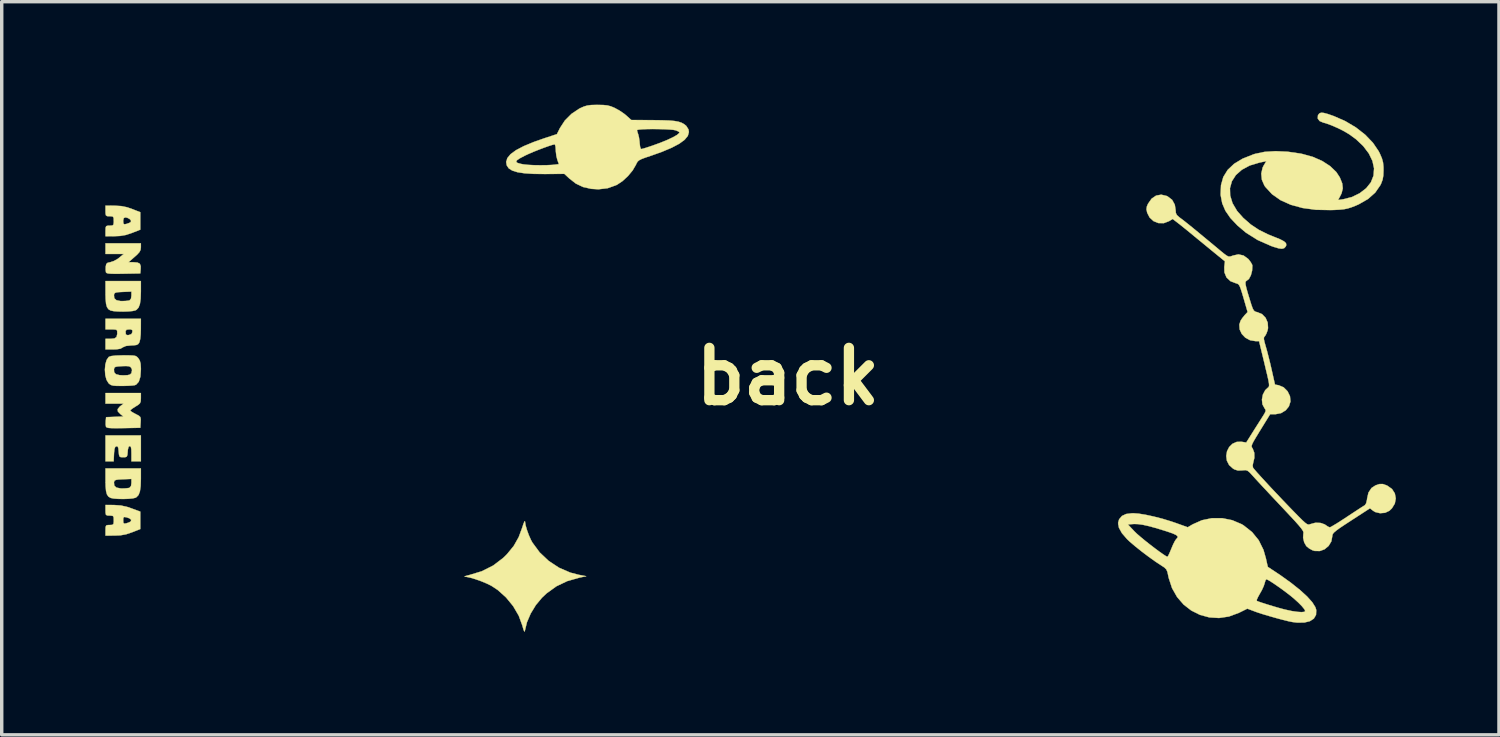
<source format=kicad_pcb>
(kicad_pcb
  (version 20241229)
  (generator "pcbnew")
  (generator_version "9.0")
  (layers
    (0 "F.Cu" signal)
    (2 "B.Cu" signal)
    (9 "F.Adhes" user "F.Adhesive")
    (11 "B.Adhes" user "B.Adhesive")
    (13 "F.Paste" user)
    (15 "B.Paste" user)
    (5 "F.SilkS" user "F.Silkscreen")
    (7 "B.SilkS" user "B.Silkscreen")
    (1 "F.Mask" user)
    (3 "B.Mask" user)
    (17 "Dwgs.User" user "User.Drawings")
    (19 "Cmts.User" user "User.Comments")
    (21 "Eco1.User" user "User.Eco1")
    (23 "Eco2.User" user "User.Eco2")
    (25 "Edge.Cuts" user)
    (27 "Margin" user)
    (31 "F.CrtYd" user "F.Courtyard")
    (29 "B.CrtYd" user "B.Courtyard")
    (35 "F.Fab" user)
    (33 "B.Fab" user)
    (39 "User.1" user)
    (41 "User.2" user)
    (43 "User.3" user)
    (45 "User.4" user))
  (footprint "back"
    (layer "F.Cu")
    (at 19.897 7.916)
    (property "Reference" "back" (at 0 0 0) (layer "F.SilkS") (effects (font (size 1.524 1.524) (thickness 0.3))))
    (attr through_hole)
    (fp_poly (pts (xy -18.844 2.471) (xy -19.119 2.471) (xy -19.119 2.248) (xy -19.122 2.122) (xy -19.135 2.052) (xy -19.16 2.026) (xy -19.168 2.025) (xy -19.203 2.051) (xy -19.224 2.135) (xy -19.228 2.188) (xy -19.237 2.286) (xy -19.257 2.334) (xy -19.301 2.35) (xy -19.359 2.351) (xy -19.431 2.348) (xy -19.468 2.326) (xy -19.483 2.268) (xy -19.49 2.186) (xy -19.501 2.085) (xy -19.521 2.038) (xy -19.557 2.032) (xy -19.558 2.032) (xy -19.592 2.053) (xy -19.613 2.111) (xy -19.625 2.219) (xy -19.627 2.257) (xy -19.637 2.471) (xy -19.874 2.471) (xy -19.874 1.716) (xy -18.844 1.716) (xy -18.844 2.471)) (stroke (width 0.01) (type solid)) (fill yes) (layer "F.SilkS"))
    (fp_poly (pts (xy -18.844 -3.761) (xy -18.853 -3.689) (xy -18.886 -3.624) (xy -18.955 -3.548) (xy -19.024 -3.487) (xy -19.203 -3.329) (xy -19.067 -3.329) (xy -18.943 -3.319) (xy -18.875 -3.285) (xy -18.849 -3.215) (xy -18.85 -3.137) (xy -18.861 -3.003) (xy -19.351 -2.994) (xy -19.55 -2.991) (xy -19.69 -2.993) (xy -19.782 -2.999) (xy -19.834 -3.011) (xy -19.858 -3.029) (xy -19.86 -3.033) (xy -19.87 -3.101) (xy -19.868 -3.194) (xy -19.868 -3.197) (xy -19.852 -3.276) (xy -19.811 -3.313) (xy -19.735 -3.329) (xy -19.633 -3.363) (xy -19.52 -3.426) (xy -19.478 -3.458) (xy -19.343 -3.57) (xy -19.874 -3.57) (xy -19.874 -3.879) (xy -18.844 -3.879) (xy -18.844 -3.761)) (stroke (width 0.01) (type solid)) (fill yes) (layer "F.SilkS"))
    (fp_poly (pts (xy -18.844 0.632) (xy -18.849 0.723) (xy -18.872 0.782) (xy -18.931 0.832) (xy -18.999 0.873) (xy -19.086 0.929) (xy -19.142 0.974) (xy -19.153 0.99) (xy -19.125 1.019) (xy -19.053 1.063) (xy -18.997 1.092) (xy -18.905 1.14) (xy -18.86 1.181) (xy -18.847 1.242) (xy -18.851 1.331) (xy -18.861 1.493) (xy -19.351 1.503) (xy -19.55 1.505) (xy -19.69 1.504) (xy -19.782 1.498) (xy -19.834 1.485) (xy -19.858 1.467) (xy -19.86 1.463) (xy -19.87 1.396) (xy -19.868 1.302) (xy -19.868 1.299) (xy -19.857 1.184) (xy -19.605 1.174) (xy -19.354 1.164) (xy -19.442 1.094) (xy -19.514 1.019) (xy -19.52 0.951) (xy -19.461 0.878) (xy -19.44 0.861) (xy -19.35 0.789) (xy -19.874 0.789) (xy -19.874 0.481) (xy -18.844 0.481) (xy -18.844 0.632)) (stroke (width 0.01) (type solid)) (fill yes) (layer "F.SilkS"))
    (fp_poly (pts (xy -18.844 -2.476) (xy -18.851 -2.265) (xy -18.872 -2.112) (xy -18.912 -2.008) (xy -18.972 -1.943) (xy -19.002 -1.927) (xy -19.082 -1.908) (xy -19.208 -1.896) (xy -19.357 -1.891) (xy -19.508 -1.894) (xy -19.638 -1.904) (xy -19.724 -1.922) (xy -19.726 -1.922) (xy -19.789 -1.96) (xy -19.831 -2.022) (xy -19.858 -2.118) (xy -19.871 -2.262) (xy -19.873 -2.375) (xy -19.628 -2.375) (xy -19.619 -2.281) (xy -19.557 -2.223) (xy -19.439 -2.198) (xy -19.392 -2.197) (xy -19.282 -2.201) (xy -19.196 -2.212) (xy -19.173 -2.218) (xy -19.131 -2.269) (xy -19.119 -2.356) (xy -19.119 -2.474) (xy -19.367 -2.464) (xy -19.497 -2.457) (xy -19.572 -2.446) (xy -19.61 -2.425) (xy -19.625 -2.389) (xy -19.628 -2.375) (xy -19.873 -2.375) (xy -19.874 -2.435) (xy -19.874 -2.78) (xy -18.844 -2.78) (xy -18.844 -2.476)) (stroke (width 0.01) (type solid)) (fill yes) (layer "F.SilkS"))
    (fp_poly (pts (xy -18.844 2.981) (xy -18.851 3.192) (xy -18.872 3.345) (xy -18.912 3.45) (xy -18.972 3.514) (xy -19.002 3.531) (xy -19.082 3.55) (xy -19.208 3.562) (xy -19.357 3.567) (xy -19.508 3.564) (xy -19.638 3.554) (xy -19.724 3.536) (xy -19.726 3.535) (xy -19.789 3.497) (xy -19.831 3.436) (xy -19.858 3.339) (xy -19.871 3.196) (xy -19.873 3.082) (xy -19.628 3.082) (xy -19.619 3.177) (xy -19.557 3.235) (xy -19.439 3.259) (xy -19.392 3.261) (xy -19.282 3.257) (xy -19.196 3.246) (xy -19.173 3.24) (xy -19.131 3.188) (xy -19.119 3.101) (xy -19.119 2.983) (xy -19.367 2.993) (xy -19.497 3) (xy -19.572 3.012) (xy -19.61 3.033) (xy -19.625 3.068) (xy -19.628 3.082) (xy -19.873 3.082) (xy -19.874 3.023) (xy -19.874 2.677) (xy -18.844 2.677) (xy -18.844 2.981)) (stroke (width 0.01) (type solid)) (fill yes) (layer "F.SilkS"))
    (fp_poly (pts (xy -19.625 3.743) (xy -19.425 3.757) (xy -19.232 3.801) (xy -19.119 3.84) (xy -18.861 3.935) (xy -18.861 4.443) (xy -19.101 4.537) (xy -19.276 4.596) (xy -19.44 4.625) (xy -19.608 4.632) (xy -19.874 4.634) (xy -19.874 4.479) (xy -19.871 4.384) (xy -19.854 4.339) (xy -19.807 4.326) (xy -19.754 4.325) (xy -19.677 4.321) (xy -19.643 4.295) (xy -19.634 4.228) (xy -19.634 4.188) (xy -19.359 4.188) (xy -19.354 4.262) (xy -19.326 4.285) (xy -19.265 4.275) (xy -19.183 4.247) (xy -19.138 4.219) (xy -19.125 4.174) (xy -19.176 4.131) (xy -19.265 4.1) (xy -19.329 4.091) (xy -19.355 4.117) (xy -19.359 4.188) (xy -19.634 4.188) (xy -19.637 4.1) (xy -19.66 4.061) (xy -19.718 4.051) (xy -19.754 4.05) (xy -19.827 4.047) (xy -19.862 4.025) (xy -19.873 3.965) (xy -19.874 3.896) (xy -19.874 3.741) (xy -19.625 3.743)) (stroke (width 0.01) (type solid)) (fill yes) (layer "F.SilkS"))
    (fp_poly (pts (xy -18.845 -1.382) (xy -18.85 -1.223) (xy -18.864 -1.09) (xy -18.885 -1.003) (xy -18.889 -0.995) (xy -18.922 -0.945) (xy -18.972 -0.919) (xy -19.059 -0.908) (xy -19.126 -0.906) (xy -19.279 -0.89) (xy -19.37 -0.851) (xy -19.376 -0.846) (xy -19.439 -0.81) (xy -19.546 -0.793) (xy -19.653 -0.789) (xy -19.874 -0.789) (xy -19.874 -1.098) (xy -19.723 -1.098) (xy -19.612 -1.109) (xy -19.553 -1.152) (xy -19.532 -1.24) (xy -19.531 -1.285) (xy -19.29 -1.285) (xy -19.28 -1.222) (xy -19.236 -1.205) (xy -19.196 -1.208) (xy -19.118 -1.236) (xy -19.091 -1.296) (xy -19.093 -1.35) (xy -19.135 -1.371) (xy -19.185 -1.373) (xy -19.259 -1.364) (xy -19.287 -1.327) (xy -19.29 -1.285) (xy -19.531 -1.285) (xy -19.531 -1.29) (xy -19.537 -1.339) (xy -19.566 -1.364) (xy -19.637 -1.372) (xy -19.702 -1.373) (xy -19.874 -1.373) (xy -19.874 -1.682) (xy -18.844 -1.682) (xy -18.845 -1.382)) (stroke (width 0.01) (type solid)) (fill yes) (layer "F.SilkS"))
    (fp_poly (pts (xy -19.608 -4.975) (xy -19.416 -4.964) (xy -19.248 -4.93) (xy -19.101 -4.879) (xy -18.861 -4.785) (xy -18.861 -4.277) (xy -19.101 -4.183) (xy -19.28 -4.123) (xy -19.449 -4.094) (xy -19.608 -4.087) (xy -19.874 -4.085) (xy -19.874 -4.239) (xy -19.871 -4.334) (xy -19.854 -4.379) (xy -19.807 -4.393) (xy -19.754 -4.394) (xy -19.677 -4.398) (xy -19.643 -4.423) (xy -19.634 -4.49) (xy -19.634 -4.527) (xy -19.359 -4.527) (xy -19.353 -4.454) (xy -19.324 -4.433) (xy -19.265 -4.444) (xy -19.183 -4.473) (xy -19.136 -4.501) (xy -19.132 -4.542) (xy -19.173 -4.589) (xy -19.241 -4.624) (xy -19.297 -4.634) (xy -19.342 -4.615) (xy -19.359 -4.548) (xy -19.359 -4.527) (xy -19.634 -4.527) (xy -19.634 -4.531) (xy -19.637 -4.619) (xy -19.66 -4.658) (xy -19.718 -4.668) (xy -19.754 -4.668) (xy -19.827 -4.671) (xy -19.862 -4.694) (xy -19.873 -4.754) (xy -19.874 -4.823) (xy -19.874 -4.977) (xy -19.608 -4.975)) (stroke (width 0.01) (type solid)) (fill yes) (layer "F.SilkS"))
    (fp_poly (pts (xy -7.656 4.225) (xy -7.64 4.329) (xy -7.6 4.469) (xy -7.544 4.622) (xy -7.481 4.763) (xy -7.442 4.835) (xy -7.228 5.124) (xy -6.965 5.372) (xy -6.664 5.57) (xy -6.335 5.712) (xy -6.096 5.774) (xy -5.872 5.816) (xy -6.068 5.857) (xy -6.427 5.959) (xy -6.743 6.11) (xy -7.027 6.315) (xy -7.161 6.441) (xy -7.34 6.656) (xy -7.49 6.902) (xy -7.6 7.158) (xy -7.66 7.404) (xy -7.661 7.412) (xy -7.673 7.43) (xy -7.696 7.383) (xy -7.729 7.271) (xy -7.733 7.254) (xy -7.838 6.967) (xy -8.001 6.688) (xy -8.209 6.434) (xy -8.45 6.218) (xy -8.636 6.095) (xy -8.771 6.029) (xy -8.932 5.962) (xy -9.099 5.903) (xy -9.252 5.858) (xy -9.369 5.834) (xy -9.394 5.832) (xy -9.42 5.825) (xy -9.382 5.809) (xy -9.285 5.784) (xy -9.285 5.784) (xy -8.914 5.672) (xy -8.586 5.507) (xy -8.295 5.287) (xy -8.18 5.174) (xy -7.984 4.934) (xy -7.839 4.677) (xy -7.735 4.395) (xy -7.7 4.287) (xy -7.672 4.223) (xy -7.658 4.213) (xy -7.656 4.225)) (stroke (width 0.01) (type solid)) (fill yes) (layer "F.SilkS"))
    (fp_poly (pts (xy -19.19 -0.616) (xy -19.081 -0.612) (xy -19.011 -0.602) (xy -18.967 -0.581) (xy -18.932 -0.548) (xy -18.915 -0.527) (xy -18.874 -0.459) (xy -18.852 -0.371) (xy -18.844 -0.241) (xy -18.844 -0.2) (xy -18.859 0.006) (xy -18.905 0.151) (xy -18.982 0.236) (xy -19.023 0.253) (xy -19.092 0.262) (xy -19.209 0.27) (xy -19.352 0.274) (xy -19.403 0.274) (xy -19.553 0.273) (xy -19.651 0.265) (xy -19.715 0.247) (xy -19.762 0.216) (xy -19.785 0.195) (xy -19.845 0.096) (xy -19.881 -0.041) (xy -19.892 -0.197) (xy -19.891 -0.213) (xy -19.628 -0.213) (xy -19.622 -0.124) (xy -19.571 -0.067) (xy -19.466 -0.04) (xy -19.356 -0.034) (xy -19.236 -0.039) (xy -19.167 -0.055) (xy -19.127 -0.089) (xy -19.119 -0.103) (xy -19.101 -0.19) (xy -19.119 -0.242) (xy -19.148 -0.279) (xy -19.194 -0.299) (xy -19.275 -0.305) (xy -19.387 -0.302) (xy -19.51 -0.294) (xy -19.58 -0.282) (xy -19.614 -0.258) (xy -19.627 -0.216) (xy -19.628 -0.213) (xy -19.891 -0.213) (xy -19.879 -0.35) (xy -19.842 -0.481) (xy -19.782 -0.568) (xy -19.778 -0.571) (xy -19.707 -0.596) (xy -19.57 -0.611) (xy -19.366 -0.617) (xy -19.353 -0.617) (xy -19.19 -0.616)) (stroke (width 0.01) (type solid)) (fill yes) (layer "F.SilkS"))
    (fp_poly (pts (xy 15.609 -7.677) (xy 15.728 -7.645) (xy 15.897 -7.586) (xy 15.898 -7.586) (xy 16.235 -7.438) (xy 16.544 -7.254) (xy 16.816 -7.041) (xy 17.04 -6.807) (xy 17.208 -6.56) (xy 17.241 -6.495) (xy 17.302 -6.353) (xy 17.334 -6.234) (xy 17.347 -6.102) (xy 17.348 -6.007) (xy 17.342 -5.85) (xy 17.321 -5.731) (xy 17.279 -5.62) (xy 17.257 -5.574) (xy 17.106 -5.356) (xy 16.896 -5.17) (xy 16.63 -5.017) (xy 16.539 -4.977) (xy 16.413 -4.928) (xy 16.307 -4.895) (xy 16.201 -4.873) (xy 16.076 -4.86) (xy 15.912 -4.851) (xy 15.806 -4.848) (xy 15.38 -4.856) (xy 14.993 -4.908) (xy 14.648 -5.002) (xy 14.349 -5.136) (xy 14.101 -5.311) (xy 13.906 -5.523) (xy 13.879 -5.562) (xy 13.806 -5.729) (xy 13.788 -5.91) (xy 13.827 -6.084) (xy 13.862 -6.152) (xy 13.936 -6.273) (xy 13.736 -6.231) (xy 13.452 -6.146) (xy 13.222 -6.022) (xy 13.048 -5.868) (xy 12.932 -5.687) (xy 12.876 -5.486) (xy 12.882 -5.271) (xy 12.951 -5.047) (xy 13.084 -4.821) (xy 13.261 -4.621) (xy 13.481 -4.429) (xy 13.717 -4.272) (xy 13.99 -4.137) (xy 14.17 -4.064) (xy 14.34 -3.995) (xy 14.451 -3.936) (xy 14.508 -3.882) (xy 14.517 -3.827) (xy 14.498 -3.784) (xy 14.454 -3.738) (xy 14.39 -3.721) (xy 14.293 -3.733) (xy 14.152 -3.775) (xy 14.073 -3.803) (xy 13.683 -3.975) (xy 13.341 -4.19) (xy 13.096 -4.397) (xy 12.889 -4.616) (xy 12.743 -4.828) (xy 12.651 -5.043) (xy 12.607 -5.272) (xy 12.604 -5.305) (xy 12.615 -5.574) (xy 12.682 -5.811) (xy 12.809 -6.017) (xy 12.997 -6.195) (xy 13.245 -6.345) (xy 13.557 -6.469) (xy 13.608 -6.485) (xy 13.884 -6.543) (xy 14.205 -6.563) (xy 14.558 -6.547) (xy 14.93 -6.493) (xy 14.983 -6.482) (xy 15.29 -6.397) (xy 15.563 -6.277) (xy 15.793 -6.128) (xy 15.973 -5.955) (xy 16.076 -5.797) (xy 16.145 -5.626) (xy 16.162 -5.481) (xy 16.128 -5.34) (xy 16.096 -5.273) (xy 16.025 -5.14) (xy 16.183 -5.164) (xy 16.43 -5.228) (xy 16.655 -5.338) (xy 16.844 -5.484) (xy 16.981 -5.656) (xy 17.058 -5.852) (xy 17.073 -6.062) (xy 17.026 -6.279) (xy 16.921 -6.496) (xy 16.759 -6.71) (xy 16.545 -6.913) (xy 16.358 -7.05) (xy 16.204 -7.142) (xy 16.022 -7.234) (xy 15.836 -7.315) (xy 15.671 -7.375) (xy 15.592 -7.396) (xy 15.487 -7.441) (xy 15.433 -7.514) (xy 15.438 -7.603) (xy 15.446 -7.62) (xy 15.48 -7.663) (xy 15.531 -7.683) (xy 15.609 -7.677)) (stroke (width 0.01) (type solid)) (fill yes) (layer "F.SilkS"))
    (fp_poly (pts (xy -5.379 -7.908) (xy -5.258 -7.896) (xy -5.156 -7.869) (xy -5.047 -7.824) (xy -5.042 -7.821) (xy -4.906 -7.747) (xy -4.77 -7.654) (xy -4.705 -7.601) (xy -4.561 -7.471) (xy -3.92 -7.467) (xy -3.658 -7.463) (xy -3.455 -7.456) (xy -3.3 -7.442) (xy -3.182 -7.42) (xy -3.091 -7.389) (xy -3.018 -7.347) (xy -2.96 -7.3) (xy -2.895 -7.197) (xy -2.883 -7.12) (xy -2.914 -7.008) (xy -3.007 -6.895) (xy -3.164 -6.78) (xy -3.386 -6.663) (xy -3.673 -6.542) (xy -3.977 -6.434) (xy -4.142 -6.379) (xy -4.255 -6.337) (xy -4.327 -6.301) (xy -4.372 -6.264) (xy -4.402 -6.218) (xy -4.427 -6.164) (xy -4.521 -6.003) (xy -4.658 -5.838) (xy -4.817 -5.691) (xy -4.978 -5.584) (xy -4.99 -5.578) (xy -5.247 -5.485) (xy -5.517 -5.453) (xy -5.727 -5.466) (xy -5.967 -5.52) (xy -6.176 -5.62) (xy -6.365 -5.768) (xy -6.511 -5.903) (xy -7.074 -5.898) (xy -7.402 -5.902) (xy -7.668 -5.919) (xy -7.874 -5.95) (xy -8.027 -5.998) (xy -8.13 -6.063) (xy -8.187 -6.148) (xy -8.204 -6.244) (xy -8.201 -6.254) (xy -7.914 -6.254) (xy -7.875 -6.221) (xy -7.775 -6.193) (xy -7.696 -6.178) (xy -7.574 -6.165) (xy -7.407 -6.156) (xy -7.217 -6.153) (xy -7.029 -6.155) (xy -6.866 -6.163) (xy -6.793 -6.17) (xy -6.669 -6.185) (xy -6.714 -6.31) (xy -6.743 -6.426) (xy -6.759 -6.561) (xy -6.76 -6.599) (xy -6.767 -6.694) (xy -6.783 -6.753) (xy -6.793 -6.762) (xy -6.852 -6.749) (xy -6.959 -6.715) (xy -7.097 -6.666) (xy -7.253 -6.607) (xy -7.409 -6.545) (xy -7.55 -6.484) (xy -7.66 -6.433) (xy -7.808 -6.355) (xy -7.892 -6.297) (xy -7.914 -6.254) (xy -8.201 -6.254) (xy -8.172 -6.359) (xy -8.078 -6.474) (xy -7.919 -6.591) (xy -7.694 -6.709) (xy -7.403 -6.83) (xy -7.113 -6.932) (xy -6.727 -7.059) (xy -6.668 -7.176) (xy -4.394 -7.176) (xy -4.382 -7.122) (xy -4.36 -7.056) (xy -4.338 -6.969) (xy -4.321 -6.85) (xy -4.317 -6.796) (xy -4.305 -6.698) (xy -4.285 -6.636) (xy -4.271 -6.625) (xy -4.224 -6.635) (xy -4.129 -6.663) (xy -4.004 -6.704) (xy -3.945 -6.724) (xy -3.711 -6.809) (xy -3.508 -6.892) (xy -3.345 -6.969) (xy -3.228 -7.036) (xy -3.166 -7.09) (xy -3.158 -7.11) (xy -3.187 -7.136) (xy -3.257 -7.167) (xy -3.266 -7.17) (xy -3.336 -7.184) (xy -3.452 -7.194) (xy -3.599 -7.202) (xy -3.765 -7.206) (xy -3.936 -7.208) (xy -4.097 -7.206) (xy -4.236 -7.201) (xy -4.338 -7.192) (xy -4.39 -7.181) (xy -4.394 -7.176) (xy -6.668 -7.176) (xy -6.638 -7.237) (xy -6.495 -7.456) (xy -6.302 -7.65) (xy -6.078 -7.8) (xy -6.049 -7.815) (xy -5.941 -7.863) (xy -5.843 -7.892) (xy -5.732 -7.907) (xy -5.582 -7.911) (xy -5.543 -7.911) (xy -5.379 -7.908)) (stroke (width 0.01) (type solid)) (fill yes) (layer "F.SilkS"))
    (fp_poly (pts (xy 10.217 3.994) (xy 10.425 4.028) (xy 10.663 4.08) (xy 10.917 4.145) (xy 11.168 4.222) (xy 11.306 4.269) (xy 11.646 4.391) (xy 11.79 4.306) (xy 12.06 4.186) (xy 12.351 4.126) (xy 12.649 4.126) (xy 12.942 4.185) (xy 13.218 4.302) (xy 13.276 4.338) (xy 13.52 4.531) (xy 13.713 4.768) (xy 13.852 5.049) (xy 13.923 5.298) (xy 13.949 5.417) (xy 13.969 5.505) (xy 13.98 5.545) (xy 13.981 5.546) (xy 14.343 5.786) (xy 14.655 6.01) (xy 14.916 6.218) (xy 15.122 6.406) (xy 15.272 6.573) (xy 15.362 6.716) (xy 15.389 6.799) (xy 15.383 6.941) (xy 15.319 7.051) (xy 15.203 7.126) (xy 15.038 7.166) (xy 14.829 7.167) (xy 14.691 7.15) (xy 14.575 7.126) (xy 14.413 7.086) (xy 14.224 7.035) (xy 14.027 6.979) (xy 13.841 6.924) (xy 13.686 6.874) (xy 13.616 6.849) (xy 13.382 6.761) (xy 13.133 6.884) (xy 12.846 6.99) (xy 12.557 7.033) (xy 12.273 7.015) (xy 12.001 6.941) (xy 11.749 6.815) (xy 11.525 6.641) (xy 11.432 6.533) (xy 13.654 6.533) (xy 13.654 6.533) (xy 13.712 6.557) (xy 13.82 6.594) (xy 13.962 6.639) (xy 14.122 6.688) (xy 14.283 6.735) (xy 14.429 6.775) (xy 14.502 6.793) (xy 14.679 6.831) (xy 14.836 6.854) (xy 14.961 6.862) (xy 15.042 6.854) (xy 15.068 6.832) (xy 15.043 6.777) (xy 14.972 6.69) (xy 14.867 6.583) (xy 14.738 6.466) (xy 14.635 6.381) (xy 14.506 6.282) (xy 14.367 6.179) (xy 14.229 6.082) (xy 14.104 5.998) (xy 14.006 5.937) (xy 13.946 5.906) (xy 13.937 5.904) (xy 13.912 5.934) (xy 13.89 6.006) (xy 13.888 6.015) (xy 13.859 6.104) (xy 13.805 6.222) (xy 13.748 6.323) (xy 13.692 6.424) (xy 13.658 6.499) (xy 13.654 6.533) (xy 11.432 6.533) (xy 11.336 6.422) (xy 11.189 6.163) (xy 11.092 5.866) (xy 11.08 5.81) (xy 11.055 5.693) (xy 11.022 5.618) (xy 10.966 5.562) (xy 10.884 5.508) (xy 10.709 5.393) (xy 10.513 5.253) (xy 10.312 5.102) (xy 10.124 4.952) (xy 9.965 4.817) (xy 9.88 4.737) (xy 9.729 4.562) (xy 9.642 4.404) (xy 9.625 4.308) (xy 9.903 4.308) (xy 10.091 4.508) (xy 10.165 4.58) (xy 10.274 4.674) (xy 10.406 4.783) (xy 10.55 4.897) (xy 10.695 5.008) (xy 10.829 5.107) (xy 10.942 5.186) (xy 11.022 5.237) (xy 11.056 5.251) (xy 11.077 5.222) (xy 11.115 5.144) (xy 11.161 5.034) (xy 11.169 5.014) (xy 11.221 4.892) (xy 11.271 4.793) (xy 11.309 4.737) (xy 11.312 4.735) (xy 11.35 4.692) (xy 11.35 4.653) (xy 11.304 4.614) (xy 11.208 4.57) (xy 11.053 4.516) (xy 10.958 4.486) (xy 10.7 4.408) (xy 10.496 4.353) (xy 10.333 4.317) (xy 10.201 4.299) (xy 10.088 4.295) (xy 10.052 4.297) (xy 9.903 4.308) (xy 9.625 4.308) (xy 9.618 4.263) (xy 9.648 4.158) (xy 9.731 4.061) (xy 9.852 4.004) (xy 10.023 3.983) (xy 10.057 3.982) (xy 10.217 3.994)) (stroke (width 0.01) (type solid)) (fill yes) (layer "F.SilkS"))
    (fp_poly (pts (xy 11.035 -5.258) (xy 11.06 -5.246) (xy 11.192 -5.145) (xy 11.27 -5.002) (xy 11.293 -4.847) (xy 11.3 -4.763) (xy 11.33 -4.702) (xy 11.399 -4.639) (xy 11.443 -4.606) (xy 11.517 -4.551) (xy 11.625 -4.465) (xy 11.771 -4.348) (xy 11.958 -4.194) (xy 12.189 -4.003) (xy 12.468 -3.772) (xy 12.58 -3.678) (xy 12.697 -3.582) (xy 12.777 -3.523) (xy 12.833 -3.495) (xy 12.881 -3.494) (xy 12.936 -3.512) (xy 12.961 -3.522) (xy 13.122 -3.557) (xy 13.272 -3.524) (xy 13.406 -3.426) (xy 13.421 -3.41) (xy 13.484 -3.326) (xy 13.523 -3.254) (xy 13.528 -3.234) (xy 13.521 -3.085) (xy 13.485 -2.948) (xy 13.429 -2.843) (xy 13.364 -2.791) (xy 13.339 -2.773) (xy 13.327 -2.739) (xy 13.331 -2.678) (xy 13.352 -2.582) (xy 13.392 -2.439) (xy 13.452 -2.242) (xy 13.456 -2.229) (xy 13.503 -2.078) (xy 13.539 -1.98) (xy 13.571 -1.923) (xy 13.606 -1.893) (xy 13.653 -1.878) (xy 13.673 -1.874) (xy 13.811 -1.816) (xy 13.914 -1.71) (xy 13.975 -1.57) (xy 13.985 -1.411) (xy 13.972 -1.346) (xy 13.937 -1.249) (xy 13.898 -1.18) (xy 13.888 -1.17) (xy 13.866 -1.14) (xy 13.864 -1.089) (xy 13.882 -1.003) (xy 13.916 -0.883) (xy 13.954 -0.749) (xy 14 -0.571) (xy 14.049 -0.375) (xy 14.089 -0.2) (xy 14.187 0.235) (xy 14.297 0.255) (xy 14.439 0.315) (xy 14.553 0.429) (xy 14.624 0.575) (xy 14.638 0.728) (xy 14.593 0.869) (xy 14.499 0.985) (xy 14.365 1.066) (xy 14.202 1.098) (xy 14.188 1.098) (xy 14.046 1.098) (xy 13.845 1.424) (xy 13.722 1.624) (xy 13.631 1.774) (xy 13.567 1.882) (xy 13.528 1.958) (xy 13.51 2.008) (xy 13.507 2.043) (xy 13.518 2.07) (xy 13.537 2.099) (xy 13.539 2.101) (xy 13.584 2.221) (xy 13.586 2.372) (xy 13.555 2.499) (xy 13.537 2.589) (xy 13.547 2.655) (xy 13.583 2.701) (xy 13.659 2.789) (xy 13.77 2.912) (xy 13.908 3.062) (xy 14.066 3.233) (xy 14.239 3.416) (xy 14.418 3.605) (xy 14.597 3.792) (xy 14.73 3.929) (xy 14.877 4.079) (xy 14.986 4.187) (xy 15.063 4.257) (xy 15.117 4.297) (xy 15.157 4.312) (xy 15.191 4.309) (xy 15.221 4.298) (xy 15.362 4.26) (xy 15.51 4.264) (xy 15.636 4.307) (xy 15.661 4.325) (xy 15.733 4.373) (xy 15.784 4.393) (xy 15.785 4.394) (xy 15.825 4.375) (xy 15.911 4.325) (xy 16.034 4.25) (xy 16.181 4.155) (xy 16.286 4.086) (xy 16.447 3.98) (xy 16.59 3.886) (xy 16.705 3.811) (xy 16.781 3.763) (xy 16.804 3.749) (xy 16.842 3.694) (xy 16.867 3.589) (xy 16.869 3.562) (xy 16.91 3.381) (xy 16.999 3.247) (xy 17.117 3.17) (xy 17.232 3.132) (xy 17.328 3.131) (xy 17.438 3.17) (xy 17.461 3.181) (xy 17.596 3.277) (xy 17.678 3.405) (xy 17.705 3.55) (xy 17.678 3.699) (xy 17.593 3.839) (xy 17.519 3.91) (xy 17.394 3.969) (xy 17.247 3.981) (xy 17.107 3.947) (xy 17.046 3.91) (xy 16.954 3.838) (xy 16.406 4.193) (xy 16.213 4.319) (xy 16.071 4.414) (xy 15.973 4.486) (xy 15.909 4.54) (xy 15.874 4.582) (xy 15.86 4.619) (xy 15.858 4.641) (xy 15.829 4.801) (xy 15.749 4.934) (xy 15.633 5.031) (xy 15.494 5.083) (xy 15.343 5.08) (xy 15.276 5.059) (xy 15.179 5.005) (xy 15.101 4.94) (xy 15.099 4.938) (xy 15.038 4.83) (xy 15.007 4.696) (xy 15.014 4.574) (xy 15.016 4.567) (xy 15.017 4.534) (xy 14.997 4.488) (xy 14.952 4.422) (xy 14.876 4.33) (xy 14.765 4.205) (xy 14.611 4.04) (xy 14.548 3.972) (xy 14.309 3.718) (xy 14.111 3.508) (xy 13.949 3.334) (xy 13.815 3.191) (xy 13.704 3.071) (xy 13.61 2.969) (xy 13.527 2.877) (xy 13.526 2.876) (xy 13.444 2.788) (xy 13.384 2.742) (xy 13.327 2.726) (xy 13.249 2.732) (xy 13.231 2.734) (xy 13.108 2.738) (xy 13.005 2.705) (xy 12.966 2.682) (xy 12.851 2.579) (xy 12.786 2.451) (xy 12.768 2.313) (xy 12.791 2.176) (xy 12.853 2.054) (xy 12.949 1.959) (xy 13.074 1.904) (xy 13.217 1.901) (xy 13.35 1.923) (xy 13.514 1.662) (xy 13.609 1.511) (xy 13.711 1.351) (xy 13.798 1.213) (xy 13.81 1.195) (xy 13.877 1.087) (xy 13.911 1.019) (xy 13.915 0.975) (xy 13.895 0.94) (xy 13.884 0.927) (xy 13.822 0.811) (xy 13.807 0.671) (xy 13.835 0.526) (xy 13.902 0.399) (xy 13.971 0.333) (xy 13.995 0.314) (xy 14.01 0.291) (xy 14.016 0.254) (xy 14.011 0.194) (xy 13.994 0.101) (xy 13.964 -0.034) (xy 13.919 -0.22) (xy 13.883 -0.373) (xy 13.724 -1.03) (xy 13.623 -1.03) (xy 13.461 -1.057) (xy 13.324 -1.131) (xy 13.22 -1.24) (xy 13.159 -1.371) (xy 13.149 -1.512) (xy 13.185 -1.624) (xy 13.236 -1.702) (xy 13.305 -1.787) (xy 13.307 -1.789) (xy 13.39 -1.878) (xy 13.272 -2.286) (xy 13.221 -2.457) (xy 13.183 -2.573) (xy 13.152 -2.645) (xy 13.122 -2.686) (xy 13.086 -2.706) (xy 13.055 -2.714) (xy 12.89 -2.777) (xy 12.775 -2.886) (xy 12.715 -3.033) (xy 12.711 -3.191) (xy 12.73 -3.354) (xy 12.315 -3.693) (xy 12.151 -3.828) (xy 11.986 -3.963) (xy 11.837 -4.085) (xy 11.72 -4.182) (xy 11.691 -4.206) (xy 11.568 -4.306) (xy 11.444 -4.406) (xy 11.346 -4.482) (xy 11.344 -4.484) (xy 11.207 -4.589) (xy 11.104 -4.526) (xy 10.95 -4.467) (xy 10.793 -4.469) (xy 10.65 -4.526) (xy 10.535 -4.632) (xy 10.465 -4.77) (xy 10.444 -4.87) (xy 10.456 -4.953) (xy 10.49 -5.032) (xy 10.594 -5.18) (xy 10.725 -5.269) (xy 10.875 -5.296) (xy 11.035 -5.258)) (stroke (width 0.01) (type solid)) (fill yes) (layer "F.SilkS")))
  (gr_rect
    (start -3 -3)
    (end 40.608 18.352)
    (stroke (width 0.1) (type default))
    (fill no)
    (layer "Edge.Cuts")))
</source>
